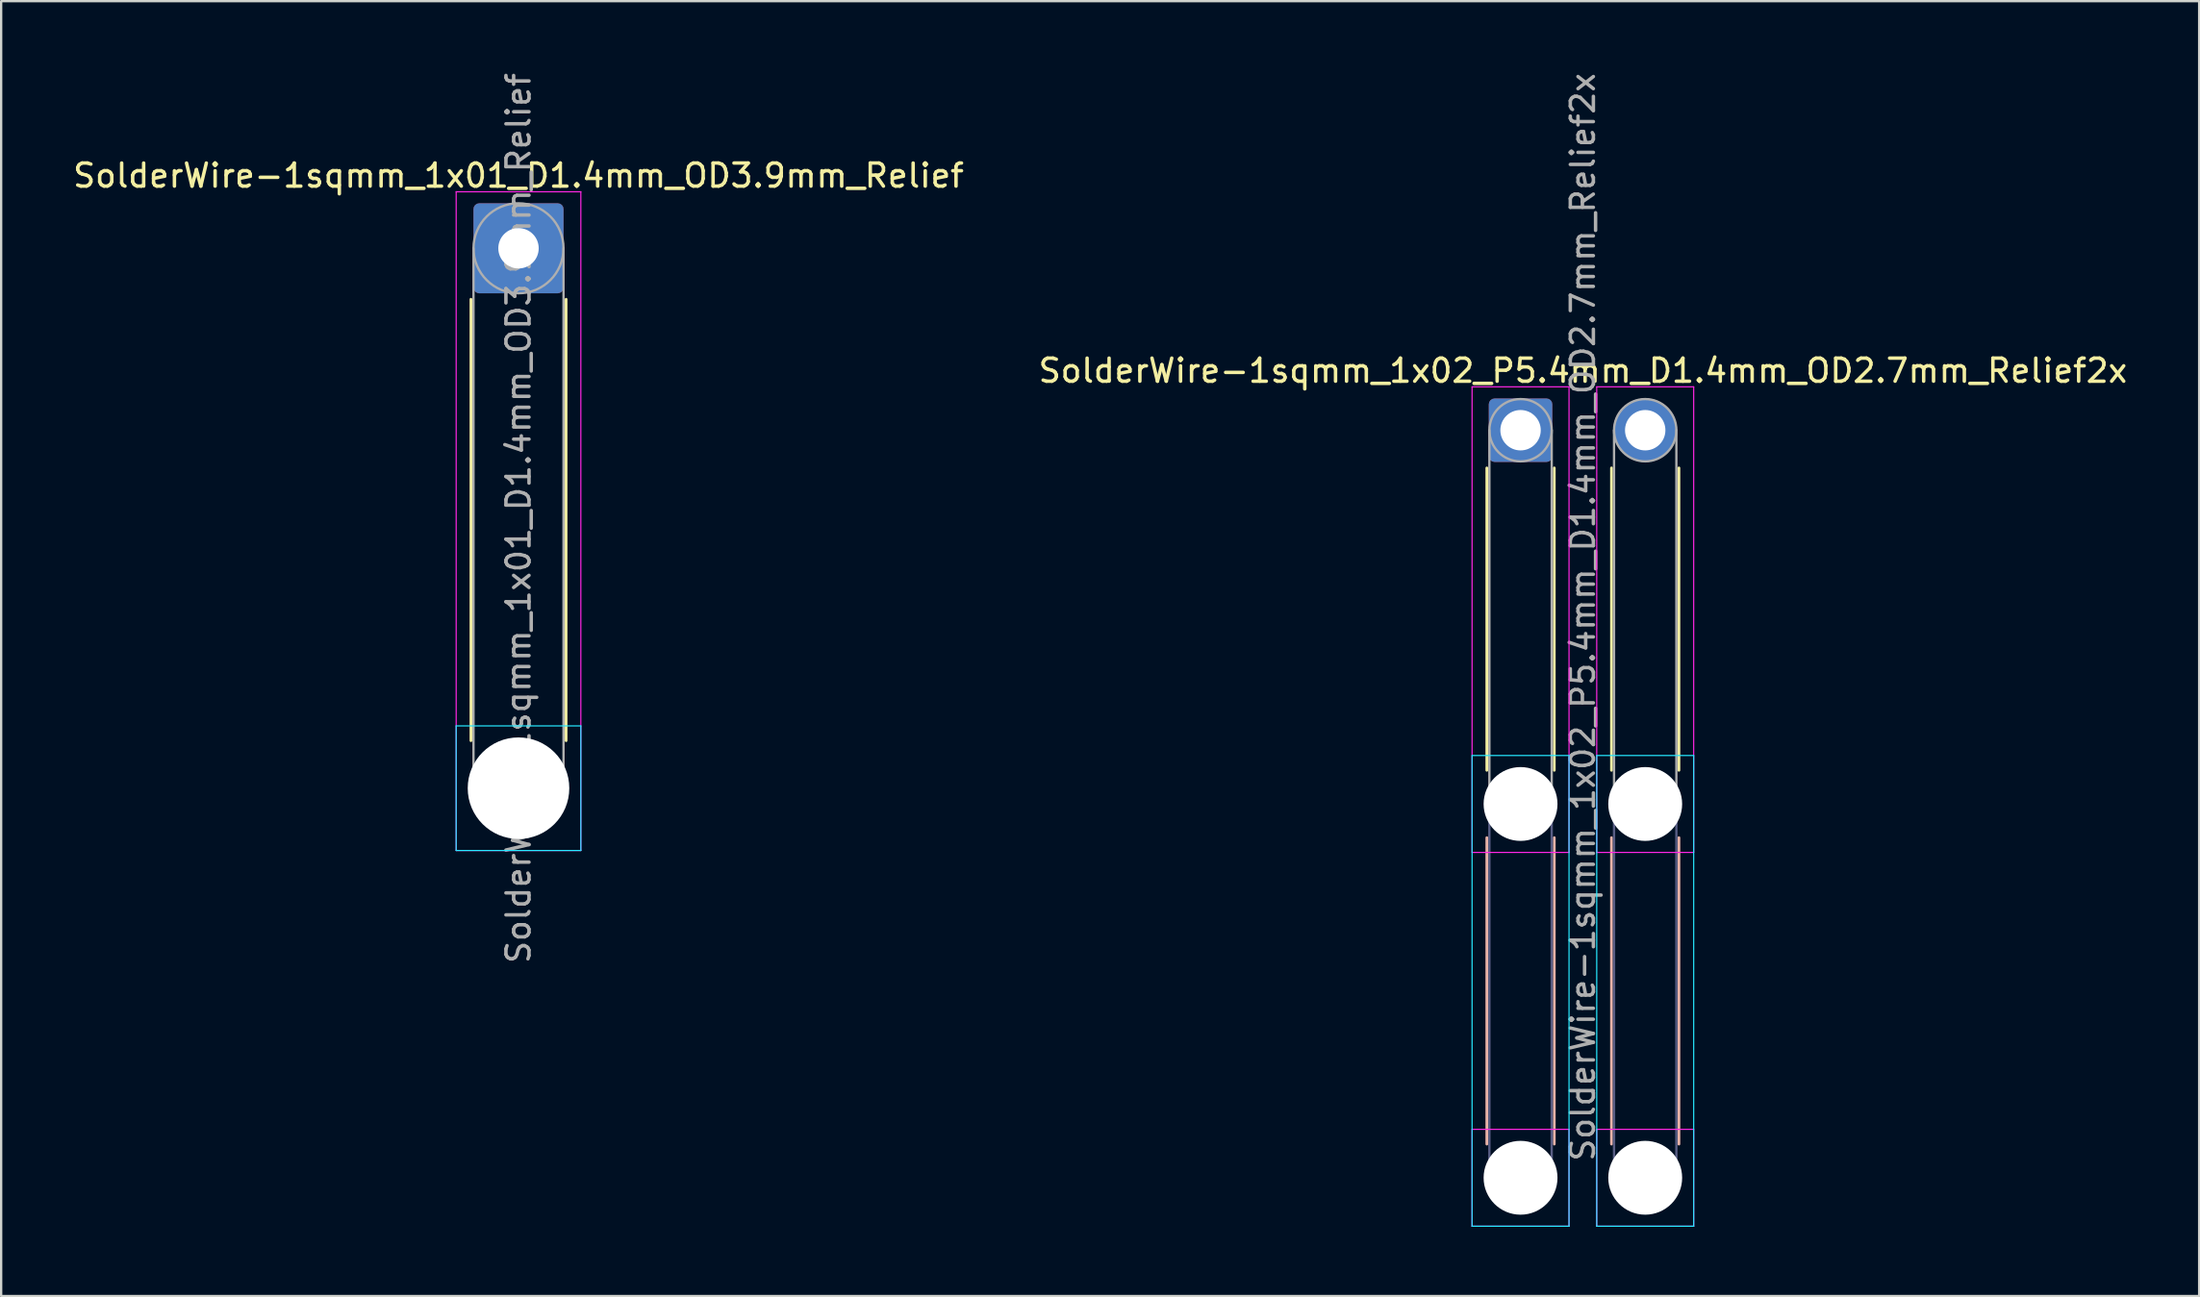
<source format=kicad_pcb>
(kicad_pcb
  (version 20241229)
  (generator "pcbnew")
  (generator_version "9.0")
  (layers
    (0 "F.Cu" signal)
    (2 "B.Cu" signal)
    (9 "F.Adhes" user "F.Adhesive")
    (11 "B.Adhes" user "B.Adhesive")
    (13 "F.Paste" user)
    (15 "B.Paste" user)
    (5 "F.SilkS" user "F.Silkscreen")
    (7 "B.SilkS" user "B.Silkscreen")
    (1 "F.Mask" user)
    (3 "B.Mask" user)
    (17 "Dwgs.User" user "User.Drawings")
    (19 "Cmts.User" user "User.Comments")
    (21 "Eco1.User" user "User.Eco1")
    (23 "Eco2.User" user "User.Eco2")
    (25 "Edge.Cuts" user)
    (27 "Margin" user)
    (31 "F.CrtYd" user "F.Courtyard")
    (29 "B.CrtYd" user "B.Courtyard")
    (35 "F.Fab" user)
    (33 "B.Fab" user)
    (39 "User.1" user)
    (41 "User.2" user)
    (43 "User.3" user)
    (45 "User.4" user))
  (footprint "SolderWire-1sqmm_1x01_D1.4mm_OD3.9mm_Relief"
    (layer "F.Cu")
    (at 19.411 7.711)
    (property "Reference" "SolderWire-1sqmm_1x01_D1.4mm_OD3.9mm_Relief" (at 0 -3.15 0) (layer "F.SilkS") (effects (font (size 1 1) (thickness 0.15))))
    (attr exclude_from_pos_files exclude_from_bom)
    (fp_line (start -2.06 2.21) (end -2.06 21.34) (stroke (width 0.12) (type solid)) (layer "F.SilkS"))
    (fp_line (start 2.06 2.21) (end 2.06 21.34) (stroke (width 0.12) (type solid)) (layer "F.SilkS"))
    (fp_line (start -2.7 20.7) (end -2.7 26.1) (stroke (width 0.05) (type solid)) (layer "B.CrtYd"))
    (fp_line (start -2.7 26.1) (end 2.7 26.1) (stroke (width 0.05) (type solid)) (layer "B.CrtYd"))
    (fp_line (start 2.7 20.7) (end -2.7 20.7) (stroke (width 0.05) (type solid)) (layer "B.CrtYd"))
    (fp_line (start 2.7 26.1) (end 2.7 20.7) (stroke (width 0.05) (type solid)) (layer "B.CrtYd"))
    (fp_line (start -2.7 -2.45) (end -2.7 26.1) (stroke (width 0.05) (type solid)) (layer "F.CrtYd"))
    (fp_line (start -2.7 26.1) (end 2.7 26.1) (stroke (width 0.05) (type solid)) (layer "F.CrtYd"))
    (fp_line (start 2.7 -2.45) (end -2.7 -2.45) (stroke (width 0.05) (type solid)) (layer "F.CrtYd"))
    (fp_line (start 2.7 26.1) (end 2.7 -2.45) (stroke (width 0.05) (type solid)) (layer "F.CrtYd"))
    (fp_line (start -1.95 0) (end -1.95 23.4) (stroke (width 0.1) (type solid)) (layer "F.Fab"))
    (fp_line (start 1.95 0) (end 1.95 23.4) (stroke (width 0.1) (type solid)) (layer "F.Fab"))
    (fp_circle (center 0 0) (end 1.95 0) (stroke (width 0.1) (type solid)) (fill no) (layer "F.Fab"))
    (fp_circle (center 0 23.4) (end 1.95 23.4) (stroke (width 0.1) (type solid)) (fill no) (layer "F.Fab"))
    (fp_text user "${REFERENCE}" (at 0 11.7 90) (layer "F.Fab") (effects (font (size 1 1) (thickness 0.15))))
    (pad "" np_thru_hole circle (at 0 23.4) (size 4.4 4.4) (drill 4.4) (layers "*.Cu" "*.Mask"))
    (pad "1" thru_hole roundrect (at 0 0) (size 3.9 3.9) (drill 1.75) (layers "*.Cu" "*.Mask") (roundrect_rratio 0.064)))
  (footprint "SolderWire-1sqmm_1x02_P5.4mm_D1.4mm_OD2.7mm_Relief2x"
    (layer "F.Cu")
    (at 62.818 15.596)
    (property "Reference" "SolderWire-1sqmm_1x02_P5.4mm_D1.4mm_OD2.7mm_Relief2x" (at 2.7 -2.58 0) (layer "F.SilkS") (effects (font (size 1 1) (thickness 0.15))))
    (attr exclude_from_pos_files exclude_from_bom)
    (fp_line (start -1.46 1.635) (end -1.46 14.74) (stroke (width 0.12) (type solid)) (layer "F.SilkS"))
    (fp_line (start 1.46 1.635) (end 1.46 14.74) (stroke (width 0.12) (type solid)) (layer "F.SilkS"))
    (fp_line (start 3.94 1.635) (end 3.94 14.74) (stroke (width 0.12) (type solid)) (layer "F.SilkS"))
    (fp_line (start 6.86 1.635) (end 6.86 14.74) (stroke (width 0.12) (type solid)) (layer "F.SilkS"))
    (fp_line (start -1.46 17.66) (end -1.46 30.94) (stroke (width 0.12) (type solid)) (layer "B.SilkS"))
    (fp_line (start 1.46 17.66) (end 1.46 30.94) (stroke (width 0.12) (type solid)) (layer "B.SilkS"))
    (fp_line (start 3.94 17.66) (end 3.94 30.94) (stroke (width 0.12) (type solid)) (layer "B.SilkS"))
    (fp_line (start 6.86 17.66) (end 6.86 30.94) (stroke (width 0.12) (type solid)) (layer "B.SilkS"))
    (fp_line (start -2.1 14.1) (end -2.1 34.5) (stroke (width 0.05) (type solid)) (layer "B.CrtYd"))
    (fp_line (start -2.1 34.5) (end 2.1 34.5) (stroke (width 0.05) (type solid)) (layer "B.CrtYd"))
    (fp_line (start 2.1 14.1) (end -2.1 14.1) (stroke (width 0.05) (type solid)) (layer "B.CrtYd"))
    (fp_line (start 2.1 34.5) (end 2.1 14.1) (stroke (width 0.05) (type solid)) (layer "B.CrtYd"))
    (fp_line (start 3.3 14.1) (end 3.3 34.5) (stroke (width 0.05) (type solid)) (layer "B.CrtYd"))
    (fp_line (start 3.3 34.5) (end 7.5 34.5) (stroke (width 0.05) (type solid)) (layer "B.CrtYd"))
    (fp_line (start 7.5 14.1) (end 3.3 14.1) (stroke (width 0.05) (type solid)) (layer "B.CrtYd"))
    (fp_line (start 7.5 34.5) (end 7.5 14.1) (stroke (width 0.05) (type solid)) (layer "B.CrtYd"))
    (fp_line (start -2.1 -1.88) (end -2.1 18.3) (stroke (width 0.05) (type solid)) (layer "F.CrtYd"))
    (fp_line (start -2.1 18.3) (end 2.1 18.3) (stroke (width 0.05) (type solid)) (layer "F.CrtYd"))
    (fp_line (start -2.1 30.3) (end -2.1 34.5) (stroke (width 0.05) (type solid)) (layer "F.CrtYd"))
    (fp_line (start -2.1 34.5) (end 2.1 34.5) (stroke (width 0.05) (type solid)) (layer "F.CrtYd"))
    (fp_line (start 2.1 -1.88) (end -2.1 -1.88) (stroke (width 0.05) (type solid)) (layer "F.CrtYd"))
    (fp_line (start 2.1 18.3) (end 2.1 -1.88) (stroke (width 0.05) (type solid)) (layer "F.CrtYd"))
    (fp_line (start 2.1 30.3) (end -2.1 30.3) (stroke (width 0.05) (type solid)) (layer "F.CrtYd"))
    (fp_line (start 2.1 34.5) (end 2.1 30.3) (stroke (width 0.05) (type solid)) (layer "F.CrtYd"))
    (fp_line (start 3.3 -1.88) (end 3.3 18.3) (stroke (width 0.05) (type solid)) (layer "F.CrtYd"))
    (fp_line (start 3.3 18.3) (end 7.5 18.3) (stroke (width 0.05) (type solid)) (layer "F.CrtYd"))
    (fp_line (start 3.3 30.3) (end 3.3 34.5) (stroke (width 0.05) (type solid)) (layer "F.CrtYd"))
    (fp_line (start 3.3 34.5) (end 7.5 34.5) (stroke (width 0.05) (type solid)) (layer "F.CrtYd"))
    (fp_line (start 7.5 -1.88) (end 3.3 -1.88) (stroke (width 0.05) (type solid)) (layer "F.CrtYd"))
    (fp_line (start 7.5 18.3) (end 7.5 -1.88) (stroke (width 0.05) (type solid)) (layer "F.CrtYd"))
    (fp_line (start 7.5 30.3) (end 3.3 30.3) (stroke (width 0.05) (type solid)) (layer "F.CrtYd"))
    (fp_line (start 7.5 34.5) (end 7.5 30.3) (stroke (width 0.05) (type solid)) (layer "F.CrtYd"))
    (fp_line (start -1.35 16.2) (end -1.35 32.4) (stroke (width 0.1) (type solid)) (layer "B.Fab"))
    (fp_line (start 1.35 16.2) (end 1.35 32.4) (stroke (width 0.1) (type solid)) (layer "B.Fab"))
    (fp_line (start 4.05 16.2) (end 4.05 32.4) (stroke (width 0.1) (type solid)) (layer "B.Fab"))
    (fp_line (start 6.75 16.2) (end 6.75 32.4) (stroke (width 0.1) (type solid)) (layer "B.Fab"))
    (fp_circle (center 0 16.2) (end 1.35 16.2) (stroke (width 0.1) (type solid)) (fill no) (layer "B.Fab"))
    (fp_circle (center 0 32.4) (end 1.35 32.4) (stroke (width 0.1) (type solid)) (fill no) (layer "B.Fab"))
    (fp_circle (center 5.4 16.2) (end 6.75 16.2) (stroke (width 0.1) (type solid)) (fill no) (layer "B.Fab"))
    (fp_circle (center 5.4 32.4) (end 6.75 32.4) (stroke (width 0.1) (type solid)) (fill no) (layer "B.Fab"))
    (fp_line (start -1.35 0) (end -1.35 16.2) (stroke (width 0.1) (type solid)) (layer "F.Fab"))
    (fp_line (start 1.35 0) (end 1.35 16.2) (stroke (width 0.1) (type solid)) (layer "F.Fab"))
    (fp_line (start 4.05 0) (end 4.05 16.2) (stroke (width 0.1) (type solid)) (layer "F.Fab"))
    (fp_line (start 6.75 0) (end 6.75 16.2) (stroke (width 0.1) (type solid)) (layer "F.Fab"))
    (fp_circle (center 0 0) (end 1.35 0) (stroke (width 0.1) (type solid)) (fill no) (layer "F.Fab"))
    (fp_circle (center 0 16.2) (end 1.35 16.2) (stroke (width 0.1) (type solid)) (fill no) (layer "F.Fab"))
    (fp_circle (center 0 32.4) (end 1.35 32.4) (stroke (width 0.1) (type solid)) (fill no) (layer "F.Fab"))
    (fp_circle (center 5.4 0) (end 6.75 0) (stroke (width 0.1) (type solid)) (fill no) (layer "F.Fab"))
    (fp_circle (center 5.4 16.2) (end 6.75 16.2) (stroke (width 0.1) (type solid)) (fill no) (layer "F.Fab"))
    (fp_circle (center 5.4 32.4) (end 6.75 32.4) (stroke (width 0.1) (type solid)) (fill no) (layer "F.Fab"))
    (fp_text user "${REFERENCE}" (at 2.7 8.1 90) (layer "F.Fab") (effects (font (size 1 1) (thickness 0.15))))
    (pad "" np_thru_hole circle (at 0 16.2) (size 3.2 3.2) (drill 3.2) (layers "*.Cu" "*.Mask"))
    (pad "" np_thru_hole circle (at 0 32.4) (size 3.2 3.2) (drill 3.2) (layers "*.Cu" "*.Mask"))
    (pad "" np_thru_hole circle (at 5.4 16.2) (size 3.2 3.2) (drill 3.2) (layers "*.Cu" "*.Mask"))
    (pad "" np_thru_hole circle (at 5.4 32.4) (size 3.2 3.2) (drill 3.2) (layers "*.Cu" "*.Mask"))
    (pad "1" thru_hole roundrect (at 0 0) (size 2.75 2.75) (drill 1.75) (layers "*.Cu" "*.Mask") (roundrect_rratio 0.091))
    (pad "2" thru_hole circle (at 5.4 0) (size 2.75 2.75) (drill 1.75) (layers "*.Cu" "*.Mask")))
  (gr_rect
    (start -3 -3)
    (end 92.214 53.121)
    (stroke (width 0.1) (type default))
    (fill no)
    (layer "Edge.Cuts")))
</source>
